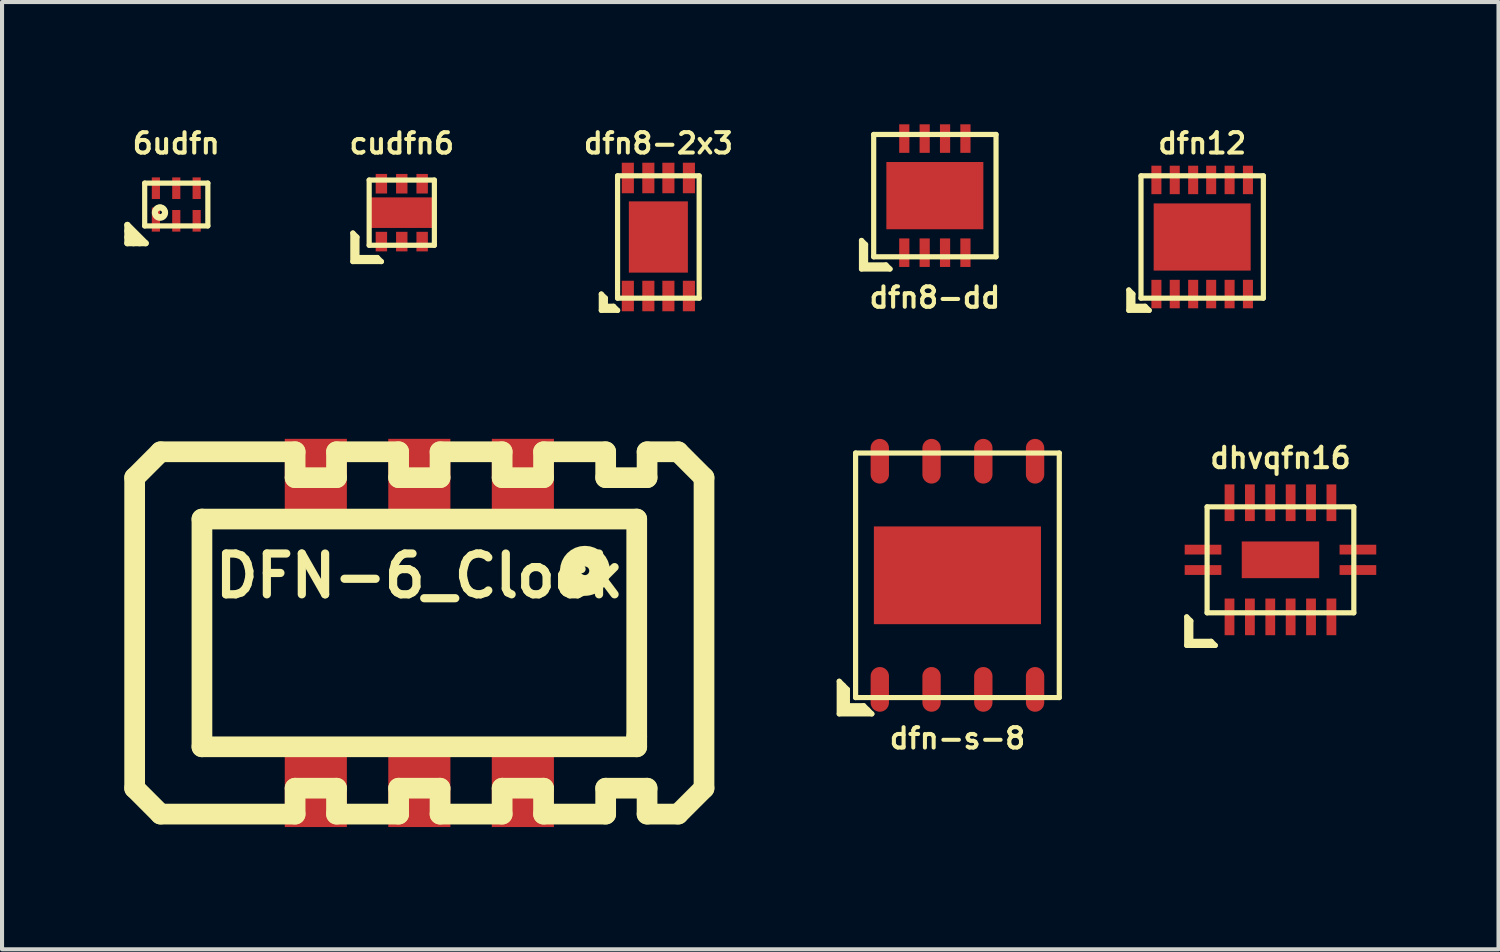
<source format=kicad_pcb>
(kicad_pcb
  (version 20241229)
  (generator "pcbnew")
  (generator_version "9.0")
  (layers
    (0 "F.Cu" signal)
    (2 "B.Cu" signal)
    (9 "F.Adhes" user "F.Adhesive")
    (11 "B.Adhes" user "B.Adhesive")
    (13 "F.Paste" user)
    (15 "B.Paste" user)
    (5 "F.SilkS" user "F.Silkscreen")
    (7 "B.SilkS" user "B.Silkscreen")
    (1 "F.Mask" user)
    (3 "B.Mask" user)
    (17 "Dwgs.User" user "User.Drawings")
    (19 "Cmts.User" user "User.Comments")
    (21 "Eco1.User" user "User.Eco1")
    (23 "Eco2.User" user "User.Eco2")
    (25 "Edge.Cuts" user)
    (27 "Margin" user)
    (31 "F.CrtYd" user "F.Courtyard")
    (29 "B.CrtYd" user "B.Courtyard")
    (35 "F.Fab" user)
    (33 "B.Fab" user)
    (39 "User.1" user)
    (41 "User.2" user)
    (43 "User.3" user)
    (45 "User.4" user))
  (footprint "dfn8-2x3"
    (layer "F.Cu")
    (at 13.104 2.765)
    (property "Reference" "dfn8-2x3" (at 0 -2.299 0) (layer "F.SilkS") (effects (font (size 0.5 0.5) (thickness 0.099))))
    (attr smd)
    (fp_line (start -1.4 1.4) (end -1.3 1.5) (stroke (width 0.127) (type solid)) (layer "F.SilkS"))
    (fp_line (start -1.4 1.8) (end -1.4 1.4) (stroke (width 0.127) (type solid)) (layer "F.SilkS"))
    (fp_line (start -1.3 1.7) (end -1.3 1.5) (stroke (width 0.127) (type solid)) (layer "F.SilkS"))
    (fp_line (start -1.1 1.7) (end -1.3 1.7) (stroke (width 0.127) (type solid)) (layer "F.SilkS"))
    (fp_line (start -1.001 -1.501) (end 1.001 -1.501) (stroke (width 0.127) (type solid)) (layer "F.SilkS"))
    (fp_line (start -1.001 1.501) (end -1.001 -1.501) (stroke (width 0.127) (type solid)) (layer "F.SilkS"))
    (fp_line (start -1.001 1.501) (end 1.001 1.501) (stroke (width 0.127) (type solid)) (layer "F.SilkS"))
    (fp_line (start -1 1.8) (end -1.4 1.8) (stroke (width 0.127) (type solid)) (layer "F.SilkS"))
    (fp_line (start -1 1.8) (end -1.1 1.7) (stroke (width 0.127) (type solid)) (layer "F.SilkS"))
    (fp_line (start 1.001 -1.501) (end 1.001 1.501) (stroke (width 0.127) (type solid)) (layer "F.SilkS"))
    (pad "1" smd rect (at -0.749 1.448) (size 0.297 0.749) (layers "F.Cu" "F.Mask" "F.Paste"))
    (pad "2" smd rect (at -0.246 1.448) (size 0.297 0.749) (layers "F.Cu" "F.Mask" "F.Paste"))
    (pad "3" smd rect (at 0.246 1.448) (size 0.297 0.749) (layers "F.Cu" "F.Mask" "F.Paste"))
    (pad "4" smd rect (at 0.749 1.448) (size 0.297 0.749) (layers "F.Cu" "F.Mask" "F.Paste"))
    (pad "5" smd rect (at 0.749 -1.448) (size 0.297 0.749) (layers "F.Cu" "F.Mask" "F.Paste"))
    (pad "6" smd rect (at 0.246 -1.448) (size 0.297 0.749) (layers "F.Cu" "F.Mask" "F.Paste"))
    (pad "7" smd rect (at -0.246 -1.448) (size 0.297 0.749) (layers "F.Cu" "F.Mask" "F.Paste"))
    (pad "8" smd rect (at -0.749 -1.448) (size 0.297 0.749) (layers "F.Cu" "F.Mask" "F.Paste"))
    (pad "9" smd rect (at 0 0) (size 1.448 1.748) (layers "F.Cu" "F.Mask" "F.Paste")))
  (footprint "DFN-6_Clock"
    (layer "F.Cu")
    (at 7.239 12.48)
    (property "Reference" "DFN-6_Clock" (at 0 -1.4 0) (layer "F.SilkS") (effects (font (size 1.001 1.001) (thickness 0.201))))
    (attr smd)
    (fp_line (start -6.985 -3.81) (end -6.985 3.81) (stroke (width 0.508) (type solid)) (layer "F.SilkS"))
    (fp_line (start -6.985 3.81) (end -6.35 4.445) (stroke (width 0.508) (type solid)) (layer "F.SilkS"))
    (fp_line (start -6.35 -4.445) (end -6.985 -3.81) (stroke (width 0.508) (type solid)) (layer "F.SilkS"))
    (fp_line (start -6.35 4.445) (end -3.048 4.445) (stroke (width 0.508) (type solid)) (layer "F.SilkS"))
    (fp_line (start -5.334 -2.794) (end 5.334 -2.794) (stroke (width 0.508) (type solid)) (layer "F.SilkS"))
    (fp_line (start -5.334 2.794) (end -5.334 -2.794) (stroke (width 0.508) (type solid)) (layer "F.SilkS"))
    (fp_line (start -3.048 -4.445) (end -6.35 -4.445) (stroke (width 0.508) (type solid)) (layer "F.SilkS"))
    (fp_line (start -3.048 -3.81) (end -3.048 -4.445) (stroke (width 0.508) (type solid)) (layer "F.SilkS"))
    (fp_line (start -3.048 3.81) (end -2.032 3.81) (stroke (width 0.508) (type solid)) (layer "F.SilkS"))
    (fp_line (start -3.048 4.445) (end -3.048 3.81) (stroke (width 0.508) (type solid)) (layer "F.SilkS"))
    (fp_line (start -2.032 -4.445) (end -2.032 -3.81) (stroke (width 0.508) (type solid)) (layer "F.SilkS"))
    (fp_line (start -2.032 -3.81) (end -3.048 -3.81) (stroke (width 0.508) (type solid)) (layer "F.SilkS"))
    (fp_line (start -2.032 3.81) (end -2.032 4.445) (stroke (width 0.508) (type solid)) (layer "F.SilkS"))
    (fp_line (start -2.032 4.445) (end -0.508 4.445) (stroke (width 0.508) (type solid)) (layer "F.SilkS"))
    (fp_line (start -0.508 -4.445) (end -2.032 -4.445) (stroke (width 0.508) (type solid)) (layer "F.SilkS"))
    (fp_line (start -0.508 -3.81) (end -0.508 -4.445) (stroke (width 0.508) (type solid)) (layer "F.SilkS"))
    (fp_line (start -0.508 3.81) (end 0.508 3.81) (stroke (width 0.508) (type solid)) (layer "F.SilkS"))
    (fp_line (start -0.508 4.445) (end -0.508 3.81) (stroke (width 0.508) (type solid)) (layer "F.SilkS"))
    (fp_line (start 0.508 -4.445) (end 0.508 -3.81) (stroke (width 0.508) (type solid)) (layer "F.SilkS"))
    (fp_line (start 0.508 -3.81) (end -0.508 -3.81) (stroke (width 0.508) (type solid)) (layer "F.SilkS"))
    (fp_line (start 0.508 3.81) (end 0.508 4.445) (stroke (width 0.508) (type solid)) (layer "F.SilkS"))
    (fp_line (start 0.508 4.445) (end 2.032 4.445) (stroke (width 0.508) (type solid)) (layer "F.SilkS"))
    (fp_line (start 2.032 -4.445) (end 0.508 -4.445) (stroke (width 0.508) (type solid)) (layer "F.SilkS"))
    (fp_line (start 2.032 -3.81) (end 2.032 -4.445) (stroke (width 0.508) (type solid)) (layer "F.SilkS"))
    (fp_line (start 2.032 3.81) (end 3.048 3.81) (stroke (width 0.508) (type solid)) (layer "F.SilkS"))
    (fp_line (start 2.032 4.445) (end 2.032 3.81) (stroke (width 0.508) (type solid)) (layer "F.SilkS"))
    (fp_line (start 3.048 -4.445) (end 3.048 -3.81) (stroke (width 0.508) (type solid)) (layer "F.SilkS"))
    (fp_line (start 3.048 -3.81) (end 2.032 -3.81) (stroke (width 0.508) (type solid)) (layer "F.SilkS"))
    (fp_line (start 3.048 3.81) (end 3.048 4.445) (stroke (width 0.508) (type solid)) (layer "F.SilkS"))
    (fp_line (start 3.048 4.445) (end 4.572 4.445) (stroke (width 0.508) (type solid)) (layer "F.SilkS"))
    (fp_line (start 4.572 -4.445) (end 3.048 -4.445) (stroke (width 0.508) (type solid)) (layer "F.SilkS"))
    (fp_line (start 4.572 -3.81) (end 4.572 -4.445) (stroke (width 0.508) (type solid)) (layer "F.SilkS"))
    (fp_line (start 4.572 3.81) (end 5.588 3.81) (stroke (width 0.508) (type solid)) (layer "F.SilkS"))
    (fp_line (start 4.572 4.445) (end 4.572 3.81) (stroke (width 0.508) (type solid)) (layer "F.SilkS"))
    (fp_line (start 5.334 -2.794) (end 5.334 2.54) (stroke (width 0.508) (type solid)) (layer "F.SilkS"))
    (fp_line (start 5.334 2.54) (end 5.334 2.794) (stroke (width 0.508) (type solid)) (layer "F.SilkS"))
    (fp_line (start 5.334 2.794) (end -5.334 2.794) (stroke (width 0.508) (type solid)) (layer "F.SilkS"))
    (fp_line (start 5.588 -4.445) (end 5.588 -3.81) (stroke (width 0.508) (type solid)) (layer "F.SilkS"))
    (fp_line (start 5.588 -3.81) (end 4.572 -3.81) (stroke (width 0.508) (type solid)) (layer "F.SilkS"))
    (fp_line (start 5.588 3.81) (end 5.588 4.445) (stroke (width 0.508) (type solid)) (layer "F.SilkS"))
    (fp_line (start 5.588 4.445) (end 6.35 4.445) (stroke (width 0.508) (type solid)) (layer "F.SilkS"))
    (fp_line (start 6.35 -4.445) (end 5.588 -4.445) (stroke (width 0.508) (type solid)) (layer "F.SilkS"))
    (fp_line (start 6.35 4.445) (end 6.985 3.81) (stroke (width 0.508) (type solid)) (layer "F.SilkS"))
    (fp_line (start 6.985 -3.81) (end 6.35 -4.445) (stroke (width 0.508) (type solid)) (layer "F.SilkS"))
    (fp_line (start 6.985 3.81) (end 6.985 -3.81) (stroke (width 0.508) (type solid)) (layer "F.SilkS"))
    (fp_circle (center 4.064 -1.524) (end 3.81 -1.27) (stroke (width 0.508) (type solid)) (fill no) (layer "F.SilkS"))
    (pad "1" smd rect (at 2.54 -3.683) (size 1.524 2.159) (layers "F.Cu" "F.Mask" "F.Paste"))
    (pad "2" smd rect (at 0 -3.683) (size 1.524 2.159) (layers "F.Cu" "F.Mask" "F.Paste"))
    (pad "3" smd rect (at -2.54 -3.683) (size 1.524 2.159) (layers "F.Cu" "F.Mask" "F.Paste"))
    (pad "4" smd rect (at -2.54 3.683) (size 1.524 2.159) (layers "F.Cu" "F.Mask" "F.Paste"))
    (pad "5" smd rect (at 0 3.683) (size 1.524 2.159) (layers "F.Cu" "F.Mask" "F.Paste"))
    (pad "6" smd rect (at 2.54 3.683) (size 1.524 2.159) (layers "F.Cu" "F.Mask" "F.Paste")))
  (footprint "dfn12"
    (layer "F.Cu")
    (at 26.447 2.765)
    (property "Reference" "dfn12" (at 0 -2.299 0) (layer "F.SilkS") (effects (font (size 0.5 0.5) (thickness 0.099))))
    (attr smd)
    (fp_line (start -1.8 1.3) (end -1.8 1.8) (stroke (width 0.127) (type solid)) (layer "F.SilkS"))
    (fp_line (start -1.7 1.4) (end -1.8 1.3) (stroke (width 0.127) (type solid)) (layer "F.SilkS"))
    (fp_line (start -1.7 1.7) (end -1.7 1.4) (stroke (width 0.127) (type solid)) (layer "F.SilkS"))
    (fp_line (start -1.501 -1.501) (end 1.501 -1.501) (stroke (width 0.127) (type solid)) (layer "F.SilkS"))
    (fp_line (start -1.501 1.501) (end -1.501 -1.501) (stroke (width 0.127) (type solid)) (layer "F.SilkS"))
    (fp_line (start -1.4 1.7) (end -1.7 1.7) (stroke (width 0.127) (type solid)) (layer "F.SilkS"))
    (fp_line (start -1.4 1.7) (end -1.3 1.8) (stroke (width 0.127) (type solid)) (layer "F.SilkS"))
    (fp_line (start -1.3 1.8) (end -1.8 1.8) (stroke (width 0.127) (type solid)) (layer "F.SilkS"))
    (fp_line (start 1.501 -1.501) (end 1.501 1.501) (stroke (width 0.127) (type solid)) (layer "F.SilkS"))
    (fp_line (start 1.501 1.501) (end -1.501 1.501) (stroke (width 0.127) (type solid)) (layer "F.SilkS"))
    (pad "1" smd rect (at -1.123 1.4) (size 0.246 0.699) (layers "F.Cu" "F.Mask" "F.Paste"))
    (pad "2" smd rect (at -0.673 1.4) (size 0.246 0.699) (layers "F.Cu" "F.Mask" "F.Paste"))
    (pad "3" smd rect (at -0.221 1.4) (size 0.246 0.699) (layers "F.Cu" "F.Mask" "F.Paste"))
    (pad "4" smd rect (at 0.221 1.4) (size 0.246 0.699) (layers "F.Cu" "F.Mask" "F.Paste"))
    (pad "5" smd rect (at 0.673 1.4) (size 0.246 0.699) (layers "F.Cu" "F.Mask" "F.Paste"))
    (pad "6" smd rect (at 1.123 1.4) (size 0.246 0.699) (layers "F.Cu" "F.Mask" "F.Paste"))
    (pad "7" smd rect (at 1.123 -1.4) (size 0.246 0.699) (layers "F.Cu" "F.Mask" "F.Paste"))
    (pad "8" smd rect (at 0.673 -1.4) (size 0.246 0.699) (layers "F.Cu" "F.Mask" "F.Paste"))
    (pad "9" smd rect (at 0.221 -1.4) (size 0.246 0.699) (layers "F.Cu" "F.Mask" "F.Paste"))
    (pad "10" smd rect (at -0.221 -1.4) (size 0.246 0.699) (layers "F.Cu" "F.Mask" "F.Paste"))
    (pad "11" smd rect (at -0.673 -1.4) (size 0.246 0.699) (layers "F.Cu" "F.Mask" "F.Paste"))
    (pad "12" smd rect (at -1.123 -1.4) (size 0.246 0.699) (layers "F.Cu" "F.Mask" "F.Paste"))
    (pad "13" smd rect (at 0 0) (size 2.38 1.648) (layers "F.Cu" "F.Mask" "F.Paste")))
  (footprint "dhvqfn16"
    (layer "F.Cu")
    (at 28.368 10.686)
    (property "Reference" "dhvqfn16" (at 0 -2.5 0) (layer "F.SilkS") (effects (font (size 0.5 0.5) (thickness 0.1))))
    (attr smd)
    (fp_line (start -2.3 1.4) (end -2.3 2.1) (stroke (width 0.127) (type solid)) (layer "F.SilkS"))
    (fp_line (start -2.3 2.1) (end -1.6 2.1) (stroke (width 0.127) (type solid)) (layer "F.SilkS"))
    (fp_line (start -2.2 1.5) (end -2.3 1.4) (stroke (width 0.127) (type solid)) (layer "F.SilkS"))
    (fp_line (start -2.2 2) (end -2.2 1.5) (stroke (width 0.127) (type solid)) (layer "F.SilkS"))
    (fp_line (start -1.8 -1.3) (end 1.8 -1.3) (stroke (width 0.127) (type solid)) (layer "F.SilkS"))
    (fp_line (start -1.8 1.3) (end -1.8 -1.3) (stroke (width 0.127) (type solid)) (layer "F.SilkS"))
    (fp_line (start -1.7 2) (end -2.2 2) (stroke (width 0.127) (type solid)) (layer "F.SilkS"))
    (fp_line (start -1.6 2.1) (end -1.7 2) (stroke (width 0.127) (type solid)) (layer "F.SilkS"))
    (fp_line (start 1.8 -1.3) (end 1.8 1.3) (stroke (width 0.127) (type solid)) (layer "F.SilkS"))
    (fp_line (start 1.8 1.3) (end -1.8 1.3) (stroke (width 0.127) (type solid)) (layer "F.SilkS"))
    (pad "" smd rect (at -0.35 0) (size 0.4 0.4) (layers "F.Paste"))
    (pad "" smd rect (at 0.35 0) (size 0.4 0.4) (layers "F.Paste"))
    (pad "1" smd rect (at -1.9 0.25) (size 0.9 0.24) (layers "F.Cu" "F.Mask" "F.Paste"))
    (pad "2" smd rect (at -1.25 1.4) (size 0.24 0.9) (layers "F.Cu" "F.Mask" "F.Paste"))
    (pad "3" smd rect (at -0.75 1.4) (size 0.24 0.9) (layers "F.Cu" "F.Mask" "F.Paste"))
    (pad "4" smd rect (at -0.25 1.4) (size 0.24 0.9) (layers "F.Cu" "F.Mask" "F.Paste"))
    (pad "5" smd rect (at 0.25 1.4) (size 0.24 0.9) (layers "F.Cu" "F.Mask" "F.Paste"))
    (pad "6" smd rect (at 0.75 1.4) (size 0.24 0.9) (layers "F.Cu" "F.Mask" "F.Paste"))
    (pad "7" smd rect (at 1.25 1.4) (size 0.24 0.9) (layers "F.Cu" "F.Mask" "F.Paste"))
    (pad "8" smd rect (at 1.9 0.25) (size 0.9 0.24) (layers "F.Cu" "F.Mask" "F.Paste"))
    (pad "9" smd rect (at 1.9 -0.25) (size 0.9 0.24) (layers "F.Cu" "F.Mask" "F.Paste"))
    (pad "10" smd rect (at 1.25 -1.4) (size 0.24 0.9) (layers "F.Cu" "F.Mask" "F.Paste"))
    (pad "11" smd rect (at 0.75 -1.4) (size 0.24 0.9) (layers "F.Cu" "F.Mask" "F.Paste"))
    (pad "12" smd rect (at 0.25 -1.4) (size 0.24 0.9) (layers "F.Cu" "F.Mask" "F.Paste"))
    (pad "13" smd rect (at -0.25 -1.4) (size 0.24 0.9) (layers "F.Cu" "F.Mask" "F.Paste"))
    (pad "14" smd rect (at -0.75 -1.4) (size 0.24 0.9) (layers "F.Cu" "F.Mask" "F.Paste"))
    (pad "15" smd rect (at -1.25 -1.4) (size 0.24 0.9) (layers "F.Cu" "F.Mask" "F.Paste"))
    (pad "16" smd rect (at -1.9 -0.25) (size 0.9 0.24) (layers "F.Cu" "F.Mask" "F.Paste"))
    (pad "17" smd rect (at 0 0) (size 1.9 0.9) (layers "F.Cu" "F.Mask")))
  (footprint "dfn-s-8"
    (layer "F.Cu")
    (at 20.442 11.066)
    (property "Reference" "dfn-s-8" (at 0 4 0) (layer "F.SilkS") (effects (font (size 0.5 0.5) (thickness 0.099))))
    (attr smd)
    (fp_line (start -2.9 2.6) (end -2.7 2.8) (stroke (width 0.127) (type solid)) (layer "F.SilkS"))
    (fp_line (start -2.9 3.4) (end -2.9 2.6) (stroke (width 0.127) (type solid)) (layer "F.SilkS"))
    (fp_line (start -2.8 2.7) (end -2.8 3.3) (stroke (width 0.127) (type solid)) (layer "F.SilkS"))
    (fp_line (start -2.8 3.3) (end -2.2 3.3) (stroke (width 0.127) (type solid)) (layer "F.SilkS"))
    (fp_line (start -2.7 2.8) (end -2.7 3.2) (stroke (width 0.127) (type solid)) (layer "F.SilkS"))
    (fp_line (start -2.7 3.2) (end -2.3 3.2) (stroke (width 0.127) (type solid)) (layer "F.SilkS"))
    (fp_line (start -2.499 -3) (end 2.499 -3) (stroke (width 0.127) (type solid)) (layer "F.SilkS"))
    (fp_line (start -2.499 3) (end -2.499 -3) (stroke (width 0.127) (type solid)) (layer "F.SilkS"))
    (fp_line (start -2.3 3.2) (end -2.1 3.4) (stroke (width 0.127) (type solid)) (layer "F.SilkS"))
    (fp_line (start -2.1 3.4) (end -2.9 3.4) (stroke (width 0.127) (type solid)) (layer "F.SilkS"))
    (fp_line (start 2.499 -3) (end 2.499 3) (stroke (width 0.127) (type solid)) (layer "F.SilkS"))
    (fp_line (start 2.499 3) (end -2.499 3) (stroke (width 0.127) (type solid)) (layer "F.SilkS"))
    (pad "1" smd oval (at -1.905 2.799) (size 0.45 1.097) (layers "F.Cu" "F.Mask" "F.Paste"))
    (pad "2" smd oval (at -0.635 2.799) (size 0.45 1.097) (layers "F.Cu" "F.Mask" "F.Paste"))
    (pad "3" smd oval (at 0.635 2.799) (size 0.45 1.097) (layers "F.Cu" "F.Mask" "F.Paste"))
    (pad "4" smd oval (at 1.905 2.799) (size 0.45 1.097) (layers "F.Cu" "F.Mask" "F.Paste"))
    (pad "5" smd oval (at 1.905 -2.799) (size 0.45 1.097) (layers "F.Cu" "F.Mask" "F.Paste"))
    (pad "6" smd oval (at 0.635 -2.799) (size 0.45 1.097) (layers "F.Cu" "F.Mask" "F.Paste"))
    (pad "7" smd oval (at -0.635 -2.799) (size 0.45 1.097) (layers "F.Cu" "F.Mask" "F.Paste"))
    (pad "8" smd oval (at -1.905 -2.799) (size 0.45 1.097) (layers "F.Cu" "F.Mask" "F.Paste"))
    (pad "9" smd rect (at 0 0) (size 4.1 2.398) (layers "F.Cu" "F.Mask" "F.Paste")))
  (footprint "6udfn"
    (layer "F.Cu")
    (at 1.275 1.968)
    (property "Reference" "6udfn" (at 0 -1.5 0) (layer "F.SilkS") (effects (font (size 0.5 0.5) (thickness 0.1))))
    (attr smd)
    (fp_line (start -1.2 0.5) (end -1.2 0.95) (stroke (width 0.15) (type solid)) (layer "F.SilkS"))
    (fp_line (start -1.2 0.95) (end -0.75 0.95) (stroke (width 0.15) (type solid)) (layer "F.SilkS"))
    (fp_line (start -1.05 0.95) (end -1.2 0.8) (stroke (width 0.15) (type solid)) (layer "F.SilkS"))
    (fp_line (start -0.9 0.95) (end -1.2 0.65) (stroke (width 0.15) (type solid)) (layer "F.SilkS"))
    (fp_line (start -0.775 -0.525) (end 0.775 -0.525) (stroke (width 0.127) (type solid)) (layer "F.SilkS"))
    (fp_line (start -0.775 0.525) (end -0.775 -0.525) (stroke (width 0.127) (type solid)) (layer "F.SilkS"))
    (fp_line (start -0.75 0.95) (end -1.2 0.5) (stroke (width 0.15) (type solid)) (layer "F.SilkS"))
    (fp_line (start 0.775 -0.525) (end 0.775 0.525) (stroke (width 0.127) (type solid)) (layer "F.SilkS"))
    (fp_line (start 0.775 0.525) (end -0.775 0.525) (stroke (width 0.127) (type solid)) (layer "F.SilkS"))
    (fp_circle (center -0.4 0.18) (end -0.28 0.18) (stroke (width 0.127) (type solid)) (fill no) (layer "F.SilkS"))
    (fp_circle (center -0.4 0.2) (end -0.35 0.2) (stroke (width 0.15) (type solid)) (fill no) (layer "F.SilkS"))
    (pad "1" smd rect (at -0.5 0.37) (size 0.2 0.59) (layers "F.Cu" "F.Mask" "F.Paste"))
    (pad "2" smd rect (at 0 0.4) (size 0.2 0.53) (layers "F.Cu" "F.Mask" "F.Paste"))
    (pad "3" smd rect (at 0.5 0.4) (size 0.2 0.53) (layers "F.Cu" "F.Mask" "F.Paste"))
    (pad "4" smd rect (at 0.5 -0.4) (size 0.2 0.53) (layers "F.Cu" "F.Mask" "F.Paste"))
    (pad "5" smd rect (at 0 -0.4) (size 0.2 0.53) (layers "F.Cu" "F.Mask" "F.Paste"))
    (pad "6" smd rect (at -0.5 -0.4) (size 0.2 0.53) (layers "F.Cu" "F.Mask" "F.Paste")))
  (footprint "dfn8-dd"
    (layer "F.Cu")
    (at 19.888 1.75)
    (property "Reference" "dfn8-dd" (at 0 2.5 0) (layer "F.SilkS") (effects (font (size 0.5 0.5) (thickness 0.1))))
    (attr through_hole)
    (fp_line (start -1.8 1.1) (end -1.8 1.8) (stroke (width 0.127) (type solid)) (layer "F.SilkS"))
    (fp_line (start -1.7 1.2) (end -1.8 1.1) (stroke (width 0.127) (type solid)) (layer "F.SilkS"))
    (fp_line (start -1.7 1.7) (end -1.7 1.2) (stroke (width 0.127) (type solid)) (layer "F.SilkS"))
    (fp_line (start -1.7 1.7) (end -1.2 1.7) (stroke (width 0.127) (type solid)) (layer "F.SilkS"))
    (fp_line (start -1.501 -1.501) (end 1.501 -1.501) (stroke (width 0.127) (type solid)) (layer "F.SilkS"))
    (fp_line (start -1.501 1.501) (end -1.501 -1.501) (stroke (width 0.127) (type solid)) (layer "F.SilkS"))
    (fp_line (start -1.2 1.7) (end -1.1 1.8) (stroke (width 0.127) (type solid)) (layer "F.SilkS"))
    (fp_line (start -1.1 1.8) (end -1.8 1.8) (stroke (width 0.127) (type solid)) (layer "F.SilkS"))
    (fp_line (start 1.501 -1.501) (end 1.501 1.501) (stroke (width 0.127) (type solid)) (layer "F.SilkS"))
    (fp_line (start 1.501 1.501) (end -1.501 1.501) (stroke (width 0.127) (type solid)) (layer "F.SilkS"))
    (pad "1" smd rect (at -0.75 1.4) (size 0.25 0.7) (layers "F.Cu" "F.Mask" "F.Paste"))
    (pad "2" smd rect (at -0.25 1.4) (size 0.25 0.7) (layers "F.Cu" "F.Mask" "F.Paste"))
    (pad "3" smd rect (at 0.25 1.4) (size 0.25 0.7) (layers "F.Cu" "F.Mask" "F.Paste"))
    (pad "4" smd rect (at 0.75 1.4) (size 0.25 0.7) (layers "F.Cu" "F.Mask" "F.Paste"))
    (pad "5" smd rect (at 0.75 -1.4) (size 0.25 0.7) (layers "F.Cu" "F.Mask" "F.Paste"))
    (pad "6" smd rect (at 0.25 -1.4) (size 0.25 0.7) (layers "F.Cu" "F.Mask" "F.Paste"))
    (pad "7" smd rect (at -0.25 -1.4) (size 0.25 0.7) (layers "F.Cu" "F.Mask" "F.Paste"))
    (pad "8" smd rect (at -0.75 -1.4) (size 0.25 0.7) (layers "F.Cu" "F.Mask" "F.Paste"))
    (pad "9" smd rect (at 0 0) (size 2.38 1.65) (layers "F.Cu" "F.Mask" "F.Paste")))
  (footprint "cudfn6"
    (layer "F.Cu")
    (at 6.808 2.168)
    (property "Reference" "cudfn6" (at 0 -1.7 0) (layer "F.SilkS") (effects (font (size 0.5 0.5) (thickness 0.1))))
    (attr smd)
    (fp_line (start -1.2 0.5) (end -1.2 1.2) (stroke (width 0.127) (type solid)) (layer "F.SilkS"))
    (fp_line (start -1.2 0.5) (end -1.1 0.6) (stroke (width 0.127) (type solid)) (layer "F.SilkS"))
    (fp_line (start -1.2 1.2) (end -0.5 1.2) (stroke (width 0.127) (type solid)) (layer "F.SilkS"))
    (fp_line (start -1.1 1.1) (end -1.1 0.6) (stroke (width 0.127) (type solid)) (layer "F.SilkS"))
    (fp_line (start -0.8 -0.8) (end 0.8 -0.8) (stroke (width 0.127) (type solid)) (layer "F.SilkS"))
    (fp_line (start -0.8 0.8) (end -0.8 -0.8) (stroke (width 0.127) (type solid)) (layer "F.SilkS"))
    (fp_line (start -0.6 1.1) (end -1.1 1.1) (stroke (width 0.127) (type solid)) (layer "F.SilkS"))
    (fp_line (start -0.6 1.1) (end -0.5 1.2) (stroke (width 0.127) (type solid)) (layer "F.SilkS"))
    (fp_line (start 0.8 -0.8) (end 0.8 0.8) (stroke (width 0.127) (type solid)) (layer "F.SilkS"))
    (fp_line (start 0.8 0.8) (end -0.8 0.8) (stroke (width 0.127) (type solid)) (layer "F.SilkS"))
    (pad "1" smd rect (at -0.5 0.71) (size 0.28 0.48) (layers "F.Cu" "F.Mask" "F.Paste"))
    (pad "2" smd rect (at 0 0.71) (size 0.28 0.48) (layers "F.Cu" "F.Mask" "F.Paste"))
    (pad "3" smd rect (at 0.5 0.71) (size 0.28 0.48) (layers "F.Cu" "F.Mask" "F.Paste"))
    (pad "4" smd rect (at 0.5 -0.71) (size 0.28 0.48) (layers "F.Cu" "F.Mask" "F.Paste"))
    (pad "5" smd rect (at 0 -0.71) (size 0.28 0.48) (layers "F.Cu" "F.Mask" "F.Paste"))
    (pad "6" smd rect (at -0.5 -0.71) (size 0.28 0.48) (layers "F.Cu" "F.Mask" "F.Paste"))
    (pad "7" smd rect (at 0 0) (size 1.7 0.75) (layers "F.Cu" "F.Mask" "F.Paste")))
  (gr_rect
    (start -3 -3)
    (end 33.718 20.243)
    (stroke (width 0.1) (type default))
    (fill no)
    (layer "Edge.Cuts")))
</source>
